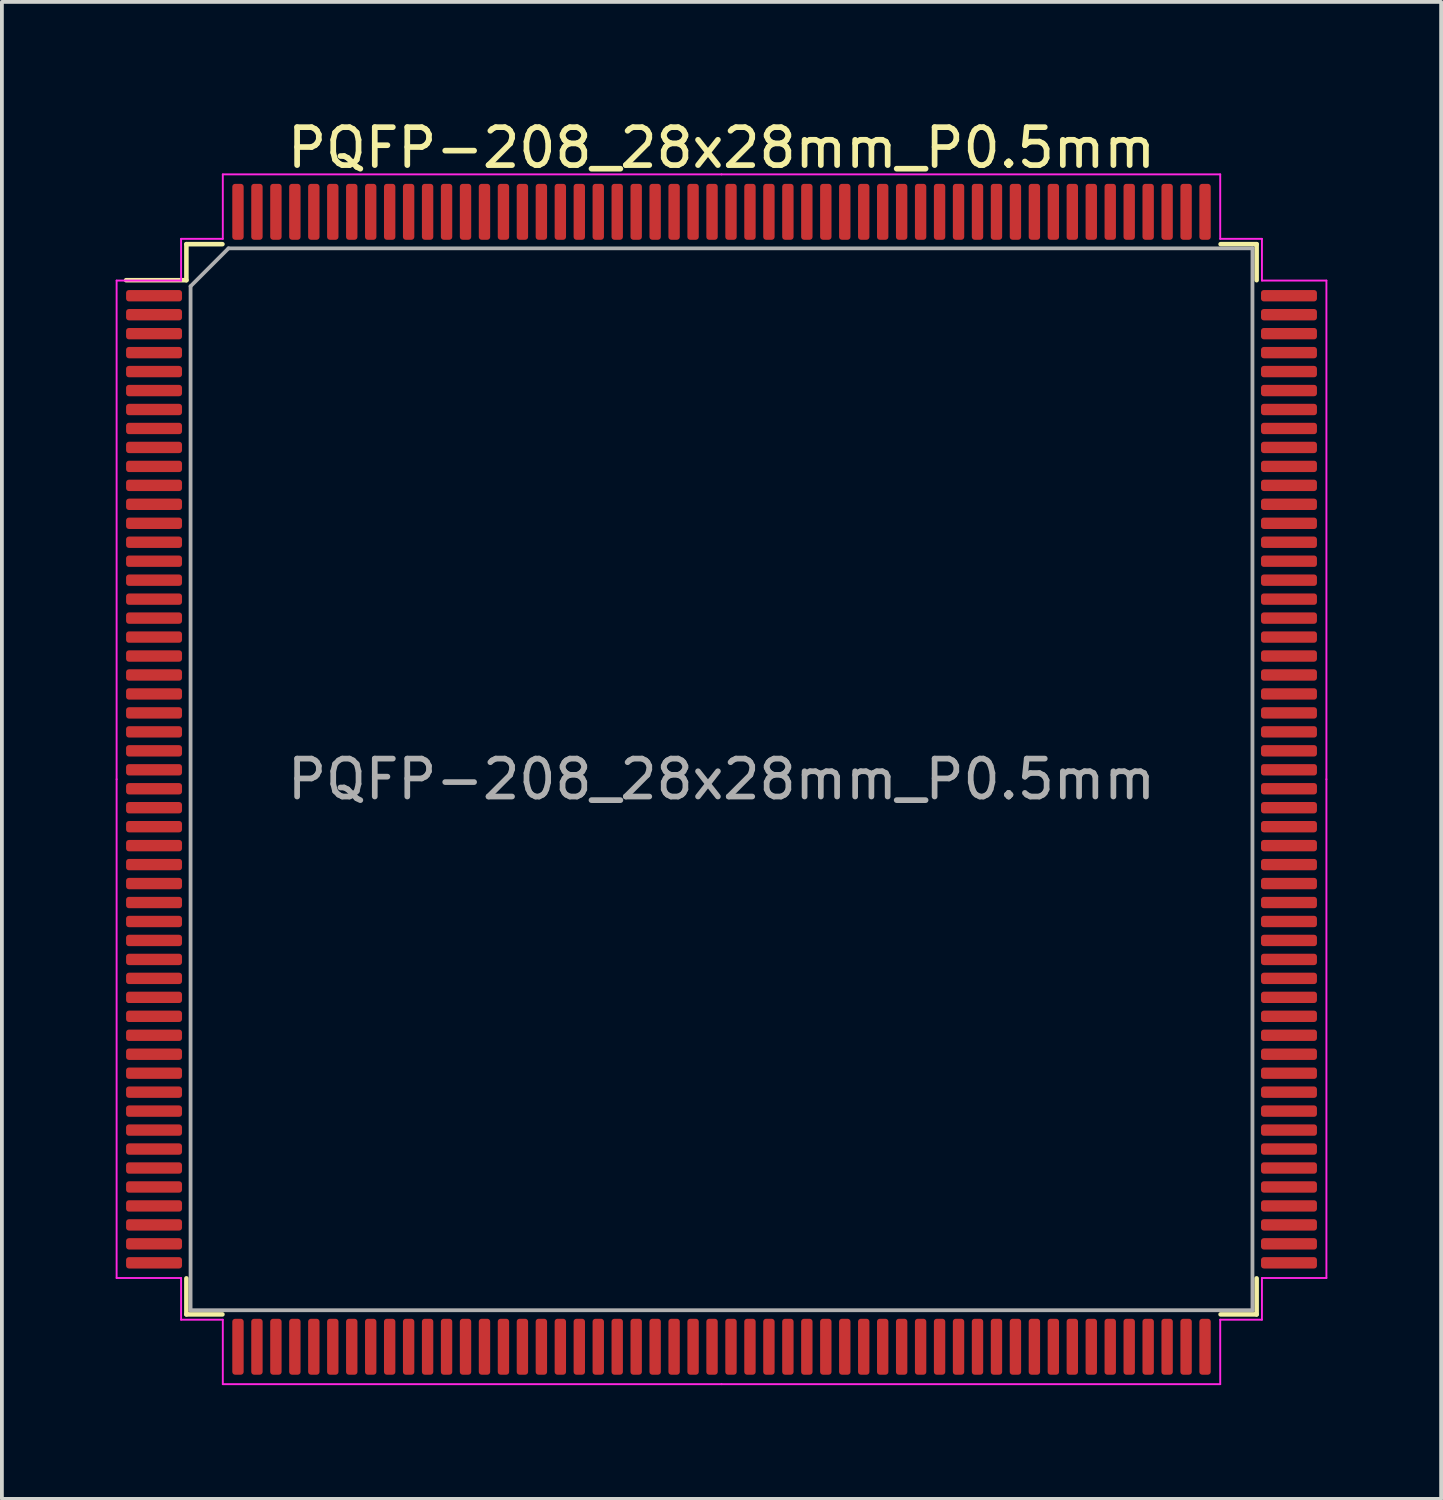
<source format=kicad_pcb>
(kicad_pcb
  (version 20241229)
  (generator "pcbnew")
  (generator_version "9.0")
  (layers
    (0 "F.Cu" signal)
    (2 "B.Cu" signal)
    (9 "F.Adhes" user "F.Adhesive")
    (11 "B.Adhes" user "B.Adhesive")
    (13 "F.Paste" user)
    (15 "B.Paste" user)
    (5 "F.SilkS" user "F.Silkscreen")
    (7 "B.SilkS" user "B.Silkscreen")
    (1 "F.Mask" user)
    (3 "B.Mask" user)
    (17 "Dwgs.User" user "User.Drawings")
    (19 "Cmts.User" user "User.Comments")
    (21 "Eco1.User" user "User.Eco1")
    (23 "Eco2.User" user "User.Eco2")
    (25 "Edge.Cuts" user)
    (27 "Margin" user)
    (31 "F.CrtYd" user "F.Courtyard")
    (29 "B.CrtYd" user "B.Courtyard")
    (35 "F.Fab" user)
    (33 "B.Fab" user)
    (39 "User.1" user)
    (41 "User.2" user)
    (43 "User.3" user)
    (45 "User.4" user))
  (footprint "PQFP-208_28x28mm_P0.5mm"
    (layer "F.Cu")
    (at 15.975 17.498)
    (property "Reference" "PQFP-208_28x28mm_P0.5mm" (at 0 -16.65 0) (layer "F.SilkS") (effects (font (size 1 1) (thickness 0.15))))
    (attr smd)
    (fp_line (start -14.11 -14.11) (end -14.11 -13.16) (stroke (width 0.12) (type solid)) (layer "F.SilkS"))
    (fp_line (start -14.11 -13.16) (end -15.7 -13.16) (stroke (width 0.12) (type solid)) (layer "F.SilkS"))
    (fp_line (start -14.11 14.11) (end -14.11 13.16) (stroke (width 0.12) (type solid)) (layer "F.SilkS"))
    (fp_line (start -13.16 -14.11) (end -14.11 -14.11) (stroke (width 0.12) (type solid)) (layer "F.SilkS"))
    (fp_line (start -13.16 14.11) (end -14.11 14.11) (stroke (width 0.12) (type solid)) (layer "F.SilkS"))
    (fp_line (start 13.16 -14.11) (end 14.11 -14.11) (stroke (width 0.12) (type solid)) (layer "F.SilkS"))
    (fp_line (start 13.16 14.11) (end 14.11 14.11) (stroke (width 0.12) (type solid)) (layer "F.SilkS"))
    (fp_line (start 14.11 -14.11) (end 14.11 -13.16) (stroke (width 0.12) (type solid)) (layer "F.SilkS"))
    (fp_line (start 14.11 14.11) (end 14.11 13.16) (stroke (width 0.12) (type solid)) (layer "F.SilkS"))
    (fp_line (start -15.95 -13.15) (end -15.95 0) (stroke (width 0.05) (type solid)) (layer "F.CrtYd"))
    (fp_line (start -15.95 13.15) (end -15.95 0) (stroke (width 0.05) (type solid)) (layer "F.CrtYd"))
    (fp_line (start -14.25 -14.25) (end -14.25 -13.15) (stroke (width 0.05) (type solid)) (layer "F.CrtYd"))
    (fp_line (start -14.25 -13.15) (end -15.95 -13.15) (stroke (width 0.05) (type solid)) (layer "F.CrtYd"))
    (fp_line (start -14.25 13.15) (end -15.95 13.15) (stroke (width 0.05) (type solid)) (layer "F.CrtYd"))
    (fp_line (start -14.25 14.25) (end -14.25 13.15) (stroke (width 0.05) (type solid)) (layer "F.CrtYd"))
    (fp_line (start -13.15 -15.95) (end -13.15 -14.25) (stroke (width 0.05) (type solid)) (layer "F.CrtYd"))
    (fp_line (start -13.15 -14.25) (end -14.25 -14.25) (stroke (width 0.05) (type solid)) (layer "F.CrtYd"))
    (fp_line (start -13.15 14.25) (end -14.25 14.25) (stroke (width 0.05) (type solid)) (layer "F.CrtYd"))
    (fp_line (start -13.15 15.95) (end -13.15 14.25) (stroke (width 0.05) (type solid)) (layer "F.CrtYd"))
    (fp_line (start 0 -15.95) (end -13.15 -15.95) (stroke (width 0.05) (type solid)) (layer "F.CrtYd"))
    (fp_line (start 0 -15.95) (end 13.15 -15.95) (stroke (width 0.05) (type solid)) (layer "F.CrtYd"))
    (fp_line (start 0 15.95) (end -13.15 15.95) (stroke (width 0.05) (type solid)) (layer "F.CrtYd"))
    (fp_line (start 0 15.95) (end 13.15 15.95) (stroke (width 0.05) (type solid)) (layer "F.CrtYd"))
    (fp_line (start 13.15 -15.95) (end 13.15 -14.25) (stroke (width 0.05) (type solid)) (layer "F.CrtYd"))
    (fp_line (start 13.15 -14.25) (end 14.25 -14.25) (stroke (width 0.05) (type solid)) (layer "F.CrtYd"))
    (fp_line (start 13.15 14.25) (end 14.25 14.25) (stroke (width 0.05) (type solid)) (layer "F.CrtYd"))
    (fp_line (start 13.15 15.95) (end 13.15 14.25) (stroke (width 0.05) (type solid)) (layer "F.CrtYd"))
    (fp_line (start 14.25 -14.25) (end 14.25 -13.15) (stroke (width 0.05) (type solid)) (layer "F.CrtYd"))
    (fp_line (start 14.25 -13.15) (end 15.95 -13.15) (stroke (width 0.05) (type solid)) (layer "F.CrtYd"))
    (fp_line (start 14.25 13.15) (end 15.95 13.15) (stroke (width 0.05) (type solid)) (layer "F.CrtYd"))
    (fp_line (start 14.25 14.25) (end 14.25 13.15) (stroke (width 0.05) (type solid)) (layer "F.CrtYd"))
    (fp_line (start 15.95 -13.15) (end 15.95 0) (stroke (width 0.05) (type solid)) (layer "F.CrtYd"))
    (fp_line (start 15.95 13.15) (end 15.95 0) (stroke (width 0.05) (type solid)) (layer "F.CrtYd"))
    (fp_line (start -14 -13) (end -13 -14) (stroke (width 0.1) (type solid)) (layer "F.Fab"))
    (fp_line (start -14 14) (end -14 -13) (stroke (width 0.1) (type solid)) (layer "F.Fab"))
    (fp_line (start -13 -14) (end 14 -14) (stroke (width 0.1) (type solid)) (layer "F.Fab"))
    (fp_line (start 14 -14) (end 14 14) (stroke (width 0.1) (type solid)) (layer "F.Fab"))
    (fp_line (start 14 14) (end -14 14) (stroke (width 0.1) (type solid)) (layer "F.Fab"))
    (fp_text user "${REFERENCE}" (at 0 0 0) (layer "F.Fab") (effects (font (size 1 1) (thickness 0.15))))
    (pad "1" smd roundrect (at -14.963 -12.75) (size 1.475 0.3) (layers "F.Cu" "F.Mask" "F.Paste") (roundrect_rratio 0.25))
    (pad "2" smd roundrect (at -14.963 -12.25) (size 1.475 0.3) (layers "F.Cu" "F.Mask" "F.Paste") (roundrect_rratio 0.25))
    (pad "3" smd roundrect (at -14.963 -11.75) (size 1.475 0.3) (layers "F.Cu" "F.Mask" "F.Paste") (roundrect_rratio 0.25))
    (pad "4" smd roundrect (at -14.963 -11.25) (size 1.475 0.3) (layers "F.Cu" "F.Mask" "F.Paste") (roundrect_rratio 0.25))
    (pad "5" smd roundrect (at -14.963 -10.75) (size 1.475 0.3) (layers "F.Cu" "F.Mask" "F.Paste") (roundrect_rratio 0.25))
    (pad "6" smd roundrect (at -14.963 -10.25) (size 1.475 0.3) (layers "F.Cu" "F.Mask" "F.Paste") (roundrect_rratio 0.25))
    (pad "7" smd roundrect (at -14.963 -9.75) (size 1.475 0.3) (layers "F.Cu" "F.Mask" "F.Paste") (roundrect_rratio 0.25))
    (pad "8" smd roundrect (at -14.963 -9.25) (size 1.475 0.3) (layers "F.Cu" "F.Mask" "F.Paste") (roundrect_rratio 0.25))
    (pad "9" smd roundrect (at -14.963 -8.75) (size 1.475 0.3) (layers "F.Cu" "F.Mask" "F.Paste") (roundrect_rratio 0.25))
    (pad "10" smd roundrect (at -14.963 -8.25) (size 1.475 0.3) (layers "F.Cu" "F.Mask" "F.Paste") (roundrect_rratio 0.25))
    (pad "11" smd roundrect (at -14.963 -7.75) (size 1.475 0.3) (layers "F.Cu" "F.Mask" "F.Paste") (roundrect_rratio 0.25))
    (pad "12" smd roundrect (at -14.963 -7.25) (size 1.475 0.3) (layers "F.Cu" "F.Mask" "F.Paste") (roundrect_rratio 0.25))
    (pad "13" smd roundrect (at -14.963 -6.75) (size 1.475 0.3) (layers "F.Cu" "F.Mask" "F.Paste") (roundrect_rratio 0.25))
    (pad "14" smd roundrect (at -14.963 -6.25) (size 1.475 0.3) (layers "F.Cu" "F.Mask" "F.Paste") (roundrect_rratio 0.25))
    (pad "15" smd roundrect (at -14.963 -5.75) (size 1.475 0.3) (layers "F.Cu" "F.Mask" "F.Paste") (roundrect_rratio 0.25))
    (pad "16" smd roundrect (at -14.963 -5.25) (size 1.475 0.3) (layers "F.Cu" "F.Mask" "F.Paste") (roundrect_rratio 0.25))
    (pad "17" smd roundrect (at -14.963 -4.75) (size 1.475 0.3) (layers "F.Cu" "F.Mask" "F.Paste") (roundrect_rratio 0.25))
    (pad "18" smd roundrect (at -14.963 -4.25) (size 1.475 0.3) (layers "F.Cu" "F.Mask" "F.Paste") (roundrect_rratio 0.25))
    (pad "19" smd roundrect (at -14.963 -3.75) (size 1.475 0.3) (layers "F.Cu" "F.Mask" "F.Paste") (roundrect_rratio 0.25))
    (pad "20" smd roundrect (at -14.963 -3.25) (size 1.475 0.3) (layers "F.Cu" "F.Mask" "F.Paste") (roundrect_rratio 0.25))
    (pad "21" smd roundrect (at -14.963 -2.75) (size 1.475 0.3) (layers "F.Cu" "F.Mask" "F.Paste") (roundrect_rratio 0.25))
    (pad "22" smd roundrect (at -14.963 -2.25) (size 1.475 0.3) (layers "F.Cu" "F.Mask" "F.Paste") (roundrect_rratio 0.25))
    (pad "23" smd roundrect (at -14.963 -1.75) (size 1.475 0.3) (layers "F.Cu" "F.Mask" "F.Paste") (roundrect_rratio 0.25))
    (pad "24" smd roundrect (at -14.963 -1.25) (size 1.475 0.3) (layers "F.Cu" "F.Mask" "F.Paste") (roundrect_rratio 0.25))
    (pad "25" smd roundrect (at -14.963 -0.75) (size 1.475 0.3) (layers "F.Cu" "F.Mask" "F.Paste") (roundrect_rratio 0.25))
    (pad "26" smd roundrect (at -14.963 -0.25) (size 1.475 0.3) (layers "F.Cu" "F.Mask" "F.Paste") (roundrect_rratio 0.25))
    (pad "27" smd roundrect (at -14.963 0.25) (size 1.475 0.3) (layers "F.Cu" "F.Mask" "F.Paste") (roundrect_rratio 0.25))
    (pad "28" smd roundrect (at -14.963 0.75) (size 1.475 0.3) (layers "F.Cu" "F.Mask" "F.Paste") (roundrect_rratio 0.25))
    (pad "29" smd roundrect (at -14.963 1.25) (size 1.475 0.3) (layers "F.Cu" "F.Mask" "F.Paste") (roundrect_rratio 0.25))
    (pad "30" smd roundrect (at -14.963 1.75) (size 1.475 0.3) (layers "F.Cu" "F.Mask" "F.Paste") (roundrect_rratio 0.25))
    (pad "31" smd roundrect (at -14.963 2.25) (size 1.475 0.3) (layers "F.Cu" "F.Mask" "F.Paste") (roundrect_rratio 0.25))
    (pad "32" smd roundrect (at -14.963 2.75) (size 1.475 0.3) (layers "F.Cu" "F.Mask" "F.Paste") (roundrect_rratio 0.25))
    (pad "33" smd roundrect (at -14.963 3.25) (size 1.475 0.3) (layers "F.Cu" "F.Mask" "F.Paste") (roundrect_rratio 0.25))
    (pad "34" smd roundrect (at -14.963 3.75) (size 1.475 0.3) (layers "F.Cu" "F.Mask" "F.Paste") (roundrect_rratio 0.25))
    (pad "35" smd roundrect (at -14.963 4.25) (size 1.475 0.3) (layers "F.Cu" "F.Mask" "F.Paste") (roundrect_rratio 0.25))
    (pad "36" smd roundrect (at -14.963 4.75) (size 1.475 0.3) (layers "F.Cu" "F.Mask" "F.Paste") (roundrect_rratio 0.25))
    (pad "37" smd roundrect (at -14.963 5.25) (size 1.475 0.3) (layers "F.Cu" "F.Mask" "F.Paste") (roundrect_rratio 0.25))
    (pad "38" smd roundrect (at -14.963 5.75) (size 1.475 0.3) (layers "F.Cu" "F.Mask" "F.Paste") (roundrect_rratio 0.25))
    (pad "39" smd roundrect (at -14.963 6.25) (size 1.475 0.3) (layers "F.Cu" "F.Mask" "F.Paste") (roundrect_rratio 0.25))
    (pad "40" smd roundrect (at -14.963 6.75) (size 1.475 0.3) (layers "F.Cu" "F.Mask" "F.Paste") (roundrect_rratio 0.25))
    (pad "41" smd roundrect (at -14.963 7.25) (size 1.475 0.3) (layers "F.Cu" "F.Mask" "F.Paste") (roundrect_rratio 0.25))
    (pad "42" smd roundrect (at -14.963 7.75) (size 1.475 0.3) (layers "F.Cu" "F.Mask" "F.Paste") (roundrect_rratio 0.25))
    (pad "43" smd roundrect (at -14.963 8.25) (size 1.475 0.3) (layers "F.Cu" "F.Mask" "F.Paste") (roundrect_rratio 0.25))
    (pad "44" smd roundrect (at -14.963 8.75) (size 1.475 0.3) (layers "F.Cu" "F.Mask" "F.Paste") (roundrect_rratio 0.25))
    (pad "45" smd roundrect (at -14.963 9.25) (size 1.475 0.3) (layers "F.Cu" "F.Mask" "F.Paste") (roundrect_rratio 0.25))
    (pad "46" smd roundrect (at -14.963 9.75) (size 1.475 0.3) (layers "F.Cu" "F.Mask" "F.Paste") (roundrect_rratio 0.25))
    (pad "47" smd roundrect (at -14.963 10.25) (size 1.475 0.3) (layers "F.Cu" "F.Mask" "F.Paste") (roundrect_rratio 0.25))
    (pad "48" smd roundrect (at -14.963 10.75) (size 1.475 0.3) (layers "F.Cu" "F.Mask" "F.Paste") (roundrect_rratio 0.25))
    (pad "49" smd roundrect (at -14.963 11.25) (size 1.475 0.3) (layers "F.Cu" "F.Mask" "F.Paste") (roundrect_rratio 0.25))
    (pad "50" smd roundrect (at -14.963 11.75) (size 1.475 0.3) (layers "F.Cu" "F.Mask" "F.Paste") (roundrect_rratio 0.25))
    (pad "51" smd roundrect (at -14.963 12.25) (size 1.475 0.3) (layers "F.Cu" "F.Mask" "F.Paste") (roundrect_rratio 0.25))
    (pad "52" smd roundrect (at -14.963 12.75) (size 1.475 0.3) (layers "F.Cu" "F.Mask" "F.Paste") (roundrect_rratio 0.25))
    (pad "53" smd roundrect (at -12.75 14.963) (size 0.3 1.475) (layers "F.Cu" "F.Mask" "F.Paste") (roundrect_rratio 0.25))
    (pad "54" smd roundrect (at -12.25 14.963) (size 0.3 1.475) (layers "F.Cu" "F.Mask" "F.Paste") (roundrect_rratio 0.25))
    (pad "55" smd roundrect (at -11.75 14.963) (size 0.3 1.475) (layers "F.Cu" "F.Mask" "F.Paste") (roundrect_rratio 0.25))
    (pad "56" smd roundrect (at -11.25 14.963) (size 0.3 1.475) (layers "F.Cu" "F.Mask" "F.Paste") (roundrect_rratio 0.25))
    (pad "57" smd roundrect (at -10.75 14.963) (size 0.3 1.475) (layers "F.Cu" "F.Mask" "F.Paste") (roundrect_rratio 0.25))
    (pad "58" smd roundrect (at -10.25 14.963) (size 0.3 1.475) (layers "F.Cu" "F.Mask" "F.Paste") (roundrect_rratio 0.25))
    (pad "59" smd roundrect (at -9.75 14.963) (size 0.3 1.475) (layers "F.Cu" "F.Mask" "F.Paste") (roundrect_rratio 0.25))
    (pad "60" smd roundrect (at -9.25 14.963) (size 0.3 1.475) (layers "F.Cu" "F.Mask" "F.Paste") (roundrect_rratio 0.25))
    (pad "61" smd roundrect (at -8.75 14.963) (size 0.3 1.475) (layers "F.Cu" "F.Mask" "F.Paste") (roundrect_rratio 0.25))
    (pad "62" smd roundrect (at -8.25 14.963) (size 0.3 1.475) (layers "F.Cu" "F.Mask" "F.Paste") (roundrect_rratio 0.25))
    (pad "63" smd roundrect (at -7.75 14.963) (size 0.3 1.475) (layers "F.Cu" "F.Mask" "F.Paste") (roundrect_rratio 0.25))
    (pad "64" smd roundrect (at -7.25 14.963) (size 0.3 1.475) (layers "F.Cu" "F.Mask" "F.Paste") (roundrect_rratio 0.25))
    (pad "65" smd roundrect (at -6.75 14.963) (size 0.3 1.475) (layers "F.Cu" "F.Mask" "F.Paste") (roundrect_rratio 0.25))
    (pad "66" smd roundrect (at -6.25 14.963) (size 0.3 1.475) (layers "F.Cu" "F.Mask" "F.Paste") (roundrect_rratio 0.25))
    (pad "67" smd roundrect (at -5.75 14.963) (size 0.3 1.475) (layers "F.Cu" "F.Mask" "F.Paste") (roundrect_rratio 0.25))
    (pad "68" smd roundrect (at -5.25 14.963) (size 0.3 1.475) (layers "F.Cu" "F.Mask" "F.Paste") (roundrect_rratio 0.25))
    (pad "69" smd roundrect (at -4.75 14.963) (size 0.3 1.475) (layers "F.Cu" "F.Mask" "F.Paste") (roundrect_rratio 0.25))
    (pad "70" smd roundrect (at -4.25 14.963) (size 0.3 1.475) (layers "F.Cu" "F.Mask" "F.Paste") (roundrect_rratio 0.25))
    (pad "71" smd roundrect (at -3.75 14.963) (size 0.3 1.475) (layers "F.Cu" "F.Mask" "F.Paste") (roundrect_rratio 0.25))
    (pad "72" smd roundrect (at -3.25 14.963) (size 0.3 1.475) (layers "F.Cu" "F.Mask" "F.Paste") (roundrect_rratio 0.25))
    (pad "73" smd roundrect (at -2.75 14.963) (size 0.3 1.475) (layers "F.Cu" "F.Mask" "F.Paste") (roundrect_rratio 0.25))
    (pad "74" smd roundrect (at -2.25 14.963) (size 0.3 1.475) (layers "F.Cu" "F.Mask" "F.Paste") (roundrect_rratio 0.25))
    (pad "75" smd roundrect (at -1.75 14.963) (size 0.3 1.475) (layers "F.Cu" "F.Mask" "F.Paste") (roundrect_rratio 0.25))
    (pad "76" smd roundrect (at -1.25 14.963) (size 0.3 1.475) (layers "F.Cu" "F.Mask" "F.Paste") (roundrect_rratio 0.25))
    (pad "77" smd roundrect (at -0.75 14.963) (size 0.3 1.475) (layers "F.Cu" "F.Mask" "F.Paste") (roundrect_rratio 0.25))
    (pad "78" smd roundrect (at -0.25 14.963) (size 0.3 1.475) (layers "F.Cu" "F.Mask" "F.Paste") (roundrect_rratio 0.25))
    (pad "79" smd roundrect (at 0.25 14.963) (size 0.3 1.475) (layers "F.Cu" "F.Mask" "F.Paste") (roundrect_rratio 0.25))
    (pad "80" smd roundrect (at 0.75 14.963) (size 0.3 1.475) (layers "F.Cu" "F.Mask" "F.Paste") (roundrect_rratio 0.25))
    (pad "81" smd roundrect (at 1.25 14.963) (size 0.3 1.475) (layers "F.Cu" "F.Mask" "F.Paste") (roundrect_rratio 0.25))
    (pad "82" smd roundrect (at 1.75 14.963) (size 0.3 1.475) (layers "F.Cu" "F.Mask" "F.Paste") (roundrect_rratio 0.25))
    (pad "83" smd roundrect (at 2.25 14.963) (size 0.3 1.475) (layers "F.Cu" "F.Mask" "F.Paste") (roundrect_rratio 0.25))
    (pad "84" smd roundrect (at 2.75 14.963) (size 0.3 1.475) (layers "F.Cu" "F.Mask" "F.Paste") (roundrect_rratio 0.25))
    (pad "85" smd roundrect (at 3.25 14.963) (size 0.3 1.475) (layers "F.Cu" "F.Mask" "F.Paste") (roundrect_rratio 0.25))
    (pad "86" smd roundrect (at 3.75 14.963) (size 0.3 1.475) (layers "F.Cu" "F.Mask" "F.Paste") (roundrect_rratio 0.25))
    (pad "87" smd roundrect (at 4.25 14.963) (size 0.3 1.475) (layers "F.Cu" "F.Mask" "F.Paste") (roundrect_rratio 0.25))
    (pad "88" smd roundrect (at 4.75 14.963) (size 0.3 1.475) (layers "F.Cu" "F.Mask" "F.Paste") (roundrect_rratio 0.25))
    (pad "89" smd roundrect (at 5.25 14.963) (size 0.3 1.475) (layers "F.Cu" "F.Mask" "F.Paste") (roundrect_rratio 0.25))
    (pad "90" smd roundrect (at 5.75 14.963) (size 0.3 1.475) (layers "F.Cu" "F.Mask" "F.Paste") (roundrect_rratio 0.25))
    (pad "91" smd roundrect (at 6.25 14.963) (size 0.3 1.475) (layers "F.Cu" "F.Mask" "F.Paste") (roundrect_rratio 0.25))
    (pad "92" smd roundrect (at 6.75 14.963) (size 0.3 1.475) (layers "F.Cu" "F.Mask" "F.Paste") (roundrect_rratio 0.25))
    (pad "93" smd roundrect (at 7.25 14.963) (size 0.3 1.475) (layers "F.Cu" "F.Mask" "F.Paste") (roundrect_rratio 0.25))
    (pad "94" smd roundrect (at 7.75 14.963) (size 0.3 1.475) (layers "F.Cu" "F.Mask" "F.Paste") (roundrect_rratio 0.25))
    (pad "95" smd roundrect (at 8.25 14.963) (size 0.3 1.475) (layers "F.Cu" "F.Mask" "F.Paste") (roundrect_rratio 0.25))
    (pad "96" smd roundrect (at 8.75 14.963) (size 0.3 1.475) (layers "F.Cu" "F.Mask" "F.Paste") (roundrect_rratio 0.25))
    (pad "97" smd roundrect (at 9.25 14.963) (size 0.3 1.475) (layers "F.Cu" "F.Mask" "F.Paste") (roundrect_rratio 0.25))
    (pad "98" smd roundrect (at 9.75 14.963) (size 0.3 1.475) (layers "F.Cu" "F.Mask" "F.Paste") (roundrect_rratio 0.25))
    (pad "99" smd roundrect (at 10.25 14.963) (size 0.3 1.475) (layers "F.Cu" "F.Mask" "F.Paste") (roundrect_rratio 0.25))
    (pad "100" smd roundrect (at 10.75 14.963) (size 0.3 1.475) (layers "F.Cu" "F.Mask" "F.Paste") (roundrect_rratio 0.25))
    (pad "101" smd roundrect (at 11.25 14.963) (size 0.3 1.475) (layers "F.Cu" "F.Mask" "F.Paste") (roundrect_rratio 0.25))
    (pad "102" smd roundrect (at 11.75 14.963) (size 0.3 1.475) (layers "F.Cu" "F.Mask" "F.Paste") (roundrect_rratio 0.25))
    (pad "103" smd roundrect (at 12.25 14.963) (size 0.3 1.475) (layers "F.Cu" "F.Mask" "F.Paste") (roundrect_rratio 0.25))
    (pad "104" smd roundrect (at 12.75 14.963) (size 0.3 1.475) (layers "F.Cu" "F.Mask" "F.Paste") (roundrect_rratio 0.25))
    (pad "105" smd roundrect (at 14.963 12.75) (size 1.475 0.3) (layers "F.Cu" "F.Mask" "F.Paste") (roundrect_rratio 0.25))
    (pad "106" smd roundrect (at 14.963 12.25) (size 1.475 0.3) (layers "F.Cu" "F.Mask" "F.Paste") (roundrect_rratio 0.25))
    (pad "107" smd roundrect (at 14.963 11.75) (size 1.475 0.3) (layers "F.Cu" "F.Mask" "F.Paste") (roundrect_rratio 0.25))
    (pad "108" smd roundrect (at 14.963 11.25) (size 1.475 0.3) (layers "F.Cu" "F.Mask" "F.Paste") (roundrect_rratio 0.25))
    (pad "109" smd roundrect (at 14.963 10.75) (size 1.475 0.3) (layers "F.Cu" "F.Mask" "F.Paste") (roundrect_rratio 0.25))
    (pad "110" smd roundrect (at 14.963 10.25) (size 1.475 0.3) (layers "F.Cu" "F.Mask" "F.Paste") (roundrect_rratio 0.25))
    (pad "111" smd roundrect (at 14.963 9.75) (size 1.475 0.3) (layers "F.Cu" "F.Mask" "F.Paste") (roundrect_rratio 0.25))
    (pad "112" smd roundrect (at 14.963 9.25) (size 1.475 0.3) (layers "F.Cu" "F.Mask" "F.Paste") (roundrect_rratio 0.25))
    (pad "113" smd roundrect (at 14.963 8.75) (size 1.475 0.3) (layers "F.Cu" "F.Mask" "F.Paste") (roundrect_rratio 0.25))
    (pad "114" smd roundrect (at 14.963 8.25) (size 1.475 0.3) (layers "F.Cu" "F.Mask" "F.Paste") (roundrect_rratio 0.25))
    (pad "115" smd roundrect (at 14.963 7.75) (size 1.475 0.3) (layers "F.Cu" "F.Mask" "F.Paste") (roundrect_rratio 0.25))
    (pad "116" smd roundrect (at 14.963 7.25) (size 1.475 0.3) (layers "F.Cu" "F.Mask" "F.Paste") (roundrect_rratio 0.25))
    (pad "117" smd roundrect (at 14.963 6.75) (size 1.475 0.3) (layers "F.Cu" "F.Mask" "F.Paste") (roundrect_rratio 0.25))
    (pad "118" smd roundrect (at 14.963 6.25) (size 1.475 0.3) (layers "F.Cu" "F.Mask" "F.Paste") (roundrect_rratio 0.25))
    (pad "119" smd roundrect (at 14.963 5.75) (size 1.475 0.3) (layers "F.Cu" "F.Mask" "F.Paste") (roundrect_rratio 0.25))
    (pad "120" smd roundrect (at 14.963 5.25) (size 1.475 0.3) (layers "F.Cu" "F.Mask" "F.Paste") (roundrect_rratio 0.25))
    (pad "121" smd roundrect (at 14.963 4.75) (size 1.475 0.3) (layers "F.Cu" "F.Mask" "F.Paste") (roundrect_rratio 0.25))
    (pad "122" smd roundrect (at 14.963 4.25) (size 1.475 0.3) (layers "F.Cu" "F.Mask" "F.Paste") (roundrect_rratio 0.25))
    (pad "123" smd roundrect (at 14.963 3.75) (size 1.475 0.3) (layers "F.Cu" "F.Mask" "F.Paste") (roundrect_rratio 0.25))
    (pad "124" smd roundrect (at 14.963 3.25) (size 1.475 0.3) (layers "F.Cu" "F.Mask" "F.Paste") (roundrect_rratio 0.25))
    (pad "125" smd roundrect (at 14.963 2.75) (size 1.475 0.3) (layers "F.Cu" "F.Mask" "F.Paste") (roundrect_rratio 0.25))
    (pad "126" smd roundrect (at 14.963 2.25) (size 1.475 0.3) (layers "F.Cu" "F.Mask" "F.Paste") (roundrect_rratio 0.25))
    (pad "127" smd roundrect (at 14.963 1.75) (size 1.475 0.3) (layers "F.Cu" "F.Mask" "F.Paste") (roundrect_rratio 0.25))
    (pad "128" smd roundrect (at 14.963 1.25) (size 1.475 0.3) (layers "F.Cu" "F.Mask" "F.Paste") (roundrect_rratio 0.25))
    (pad "129" smd roundrect (at 14.963 0.75) (size 1.475 0.3) (layers "F.Cu" "F.Mask" "F.Paste") (roundrect_rratio 0.25))
    (pad "130" smd roundrect (at 14.963 0.25) (size 1.475 0.3) (layers "F.Cu" "F.Mask" "F.Paste") (roundrect_rratio 0.25))
    (pad "131" smd roundrect (at 14.963 -0.25) (size 1.475 0.3) (layers "F.Cu" "F.Mask" "F.Paste") (roundrect_rratio 0.25))
    (pad "132" smd roundrect (at 14.963 -0.75) (size 1.475 0.3) (layers "F.Cu" "F.Mask" "F.Paste") (roundrect_rratio 0.25))
    (pad "133" smd roundrect (at 14.963 -1.25) (size 1.475 0.3) (layers "F.Cu" "F.Mask" "F.Paste") (roundrect_rratio 0.25))
    (pad "134" smd roundrect (at 14.963 -1.75) (size 1.475 0.3) (layers "F.Cu" "F.Mask" "F.Paste") (roundrect_rratio 0.25))
    (pad "135" smd roundrect (at 14.963 -2.25) (size 1.475 0.3) (layers "F.Cu" "F.Mask" "F.Paste") (roundrect_rratio 0.25))
    (pad "136" smd roundrect (at 14.963 -2.75) (size 1.475 0.3) (layers "F.Cu" "F.Mask" "F.Paste") (roundrect_rratio 0.25))
    (pad "137" smd roundrect (at 14.963 -3.25) (size 1.475 0.3) (layers "F.Cu" "F.Mask" "F.Paste") (roundrect_rratio 0.25))
    (pad "138" smd roundrect (at 14.963 -3.75) (size 1.475 0.3) (layers "F.Cu" "F.Mask" "F.Paste") (roundrect_rratio 0.25))
    (pad "139" smd roundrect (at 14.963 -4.25) (size 1.475 0.3) (layers "F.Cu" "F.Mask" "F.Paste") (roundrect_rratio 0.25))
    (pad "140" smd roundrect (at 14.963 -4.75) (size 1.475 0.3) (layers "F.Cu" "F.Mask" "F.Paste") (roundrect_rratio 0.25))
    (pad "141" smd roundrect (at 14.963 -5.25) (size 1.475 0.3) (layers "F.Cu" "F.Mask" "F.Paste") (roundrect_rratio 0.25))
    (pad "142" smd roundrect (at 14.963 -5.75) (size 1.475 0.3) (layers "F.Cu" "F.Mask" "F.Paste") (roundrect_rratio 0.25))
    (pad "143" smd roundrect (at 14.963 -6.25) (size 1.475 0.3) (layers "F.Cu" "F.Mask" "F.Paste") (roundrect_rratio 0.25))
    (pad "144" smd roundrect (at 14.963 -6.75) (size 1.475 0.3) (layers "F.Cu" "F.Mask" "F.Paste") (roundrect_rratio 0.25))
    (pad "145" smd roundrect (at 14.963 -7.25) (size 1.475 0.3) (layers "F.Cu" "F.Mask" "F.Paste") (roundrect_rratio 0.25))
    (pad "146" smd roundrect (at 14.963 -7.75) (size 1.475 0.3) (layers "F.Cu" "F.Mask" "F.Paste") (roundrect_rratio 0.25))
    (pad "147" smd roundrect (at 14.963 -8.25) (size 1.475 0.3) (layers "F.Cu" "F.Mask" "F.Paste") (roundrect_rratio 0.25))
    (pad "148" smd roundrect (at 14.963 -8.75) (size 1.475 0.3) (layers "F.Cu" "F.Mask" "F.Paste") (roundrect_rratio 0.25))
    (pad "149" smd roundrect (at 14.963 -9.25) (size 1.475 0.3) (layers "F.Cu" "F.Mask" "F.Paste") (roundrect_rratio 0.25))
    (pad "150" smd roundrect (at 14.963 -9.75) (size 1.475 0.3) (layers "F.Cu" "F.Mask" "F.Paste") (roundrect_rratio 0.25))
    (pad "151" smd roundrect (at 14.963 -10.25) (size 1.475 0.3) (layers "F.Cu" "F.Mask" "F.Paste") (roundrect_rratio 0.25))
    (pad "152" smd roundrect (at 14.963 -10.75) (size 1.475 0.3) (layers "F.Cu" "F.Mask" "F.Paste") (roundrect_rratio 0.25))
    (pad "153" smd roundrect (at 14.963 -11.25) (size 1.475 0.3) (layers "F.Cu" "F.Mask" "F.Paste") (roundrect_rratio 0.25))
    (pad "154" smd roundrect (at 14.963 -11.75) (size 1.475 0.3) (layers "F.Cu" "F.Mask" "F.Paste") (roundrect_rratio 0.25))
    (pad "155" smd roundrect (at 14.963 -12.25) (size 1.475 0.3) (layers "F.Cu" "F.Mask" "F.Paste") (roundrect_rratio 0.25))
    (pad "156" smd roundrect (at 14.963 -12.75) (size 1.475 0.3) (layers "F.Cu" "F.Mask" "F.Paste") (roundrect_rratio 0.25))
    (pad "157" smd roundrect (at 12.75 -14.963) (size 0.3 1.475) (layers "F.Cu" "F.Mask" "F.Paste") (roundrect_rratio 0.25))
    (pad "158" smd roundrect (at 12.25 -14.963) (size 0.3 1.475) (layers "F.Cu" "F.Mask" "F.Paste") (roundrect_rratio 0.25))
    (pad "159" smd roundrect (at 11.75 -14.963) (size 0.3 1.475) (layers "F.Cu" "F.Mask" "F.Paste") (roundrect_rratio 0.25))
    (pad "160" smd roundrect (at 11.25 -14.963) (size 0.3 1.475) (layers "F.Cu" "F.Mask" "F.Paste") (roundrect_rratio 0.25))
    (pad "161" smd roundrect (at 10.75 -14.963) (size 0.3 1.475) (layers "F.Cu" "F.Mask" "F.Paste") (roundrect_rratio 0.25))
    (pad "162" smd roundrect (at 10.25 -14.963) (size 0.3 1.475) (layers "F.Cu" "F.Mask" "F.Paste") (roundrect_rratio 0.25))
    (pad "163" smd roundrect (at 9.75 -14.963) (size 0.3 1.475) (layers "F.Cu" "F.Mask" "F.Paste") (roundrect_rratio 0.25))
    (pad "164" smd roundrect (at 9.25 -14.963) (size 0.3 1.475) (layers "F.Cu" "F.Mask" "F.Paste") (roundrect_rratio 0.25))
    (pad "165" smd roundrect (at 8.75 -14.963) (size 0.3 1.475) (layers "F.Cu" "F.Mask" "F.Paste") (roundrect_rratio 0.25))
    (pad "166" smd roundrect (at 8.25 -14.963) (size 0.3 1.475) (layers "F.Cu" "F.Mask" "F.Paste") (roundrect_rratio 0.25))
    (pad "167" smd roundrect (at 7.75 -14.963) (size 0.3 1.475) (layers "F.Cu" "F.Mask" "F.Paste") (roundrect_rratio 0.25))
    (pad "168" smd roundrect (at 7.25 -14.963) (size 0.3 1.475) (layers "F.Cu" "F.Mask" "F.Paste") (roundrect_rratio 0.25))
    (pad "169" smd roundrect (at 6.75 -14.963) (size 0.3 1.475) (layers "F.Cu" "F.Mask" "F.Paste") (roundrect_rratio 0.25))
    (pad "170" smd roundrect (at 6.25 -14.963) (size 0.3 1.475) (layers "F.Cu" "F.Mask" "F.Paste") (roundrect_rratio 0.25))
    (pad "171" smd roundrect (at 5.75 -14.963) (size 0.3 1.475) (layers "F.Cu" "F.Mask" "F.Paste") (roundrect_rratio 0.25))
    (pad "172" smd roundrect (at 5.25 -14.963) (size 0.3 1.475) (layers "F.Cu" "F.Mask" "F.Paste") (roundrect_rratio 0.25))
    (pad "173" smd roundrect (at 4.75 -14.963) (size 0.3 1.475) (layers "F.Cu" "F.Mask" "F.Paste") (roundrect_rratio 0.25))
    (pad "174" smd roundrect (at 4.25 -14.963) (size 0.3 1.475) (layers "F.Cu" "F.Mask" "F.Paste") (roundrect_rratio 0.25))
    (pad "175" smd roundrect (at 3.75 -14.963) (size 0.3 1.475) (layers "F.Cu" "F.Mask" "F.Paste") (roundrect_rratio 0.25))
    (pad "176" smd roundrect (at 3.25 -14.963) (size 0.3 1.475) (layers "F.Cu" "F.Mask" "F.Paste") (roundrect_rratio 0.25))
    (pad "177" smd roundrect (at 2.75 -14.963) (size 0.3 1.475) (layers "F.Cu" "F.Mask" "F.Paste") (roundrect_rratio 0.25))
    (pad "178" smd roundrect (at 2.25 -14.963) (size 0.3 1.475) (layers "F.Cu" "F.Mask" "F.Paste") (roundrect_rratio 0.25))
    (pad "179" smd roundrect (at 1.75 -14.963) (size 0.3 1.475) (layers "F.Cu" "F.Mask" "F.Paste") (roundrect_rratio 0.25))
    (pad "180" smd roundrect (at 1.25 -14.963) (size 0.3 1.475) (layers "F.Cu" "F.Mask" "F.Paste") (roundrect_rratio 0.25))
    (pad "181" smd roundrect (at 0.75 -14.963) (size 0.3 1.475) (layers "F.Cu" "F.Mask" "F.Paste") (roundrect_rratio 0.25))
    (pad "182" smd roundrect (at 0.25 -14.963) (size 0.3 1.475) (layers "F.Cu" "F.Mask" "F.Paste") (roundrect_rratio 0.25))
    (pad "183" smd roundrect (at -0.25 -14.963) (size 0.3 1.475) (layers "F.Cu" "F.Mask" "F.Paste") (roundrect_rratio 0.25))
    (pad "184" smd roundrect (at -0.75 -14.963) (size 0.3 1.475) (layers "F.Cu" "F.Mask" "F.Paste") (roundrect_rratio 0.25))
    (pad "185" smd roundrect (at -1.25 -14.963) (size 0.3 1.475) (layers "F.Cu" "F.Mask" "F.Paste") (roundrect_rratio 0.25))
    (pad "186" smd roundrect (at -1.75 -14.963) (size 0.3 1.475) (layers "F.Cu" "F.Mask" "F.Paste") (roundrect_rratio 0.25))
    (pad "187" smd roundrect (at -2.25 -14.963) (size 0.3 1.475) (layers "F.Cu" "F.Mask" "F.Paste") (roundrect_rratio 0.25))
    (pad "188" smd roundrect (at -2.75 -14.963) (size 0.3 1.475) (layers "F.Cu" "F.Mask" "F.Paste") (roundrect_rratio 0.25))
    (pad "189" smd roundrect (at -3.25 -14.963) (size 0.3 1.475) (layers "F.Cu" "F.Mask" "F.Paste") (roundrect_rratio 0.25))
    (pad "190" smd roundrect (at -3.75 -14.963) (size 0.3 1.475) (layers "F.Cu" "F.Mask" "F.Paste") (roundrect_rratio 0.25))
    (pad "191" smd roundrect (at -4.25 -14.963) (size 0.3 1.475) (layers "F.Cu" "F.Mask" "F.Paste") (roundrect_rratio 0.25))
    (pad "192" smd roundrect (at -4.75 -14.963) (size 0.3 1.475) (layers "F.Cu" "F.Mask" "F.Paste") (roundrect_rratio 0.25))
    (pad "193" smd roundrect (at -5.25 -14.963) (size 0.3 1.475) (layers "F.Cu" "F.Mask" "F.Paste") (roundrect_rratio 0.25))
    (pad "194" smd roundrect (at -5.75 -14.963) (size 0.3 1.475) (layers "F.Cu" "F.Mask" "F.Paste") (roundrect_rratio 0.25))
    (pad "195" smd roundrect (at -6.25 -14.963) (size 0.3 1.475) (layers "F.Cu" "F.Mask" "F.Paste") (roundrect_rratio 0.25))
    (pad "196" smd roundrect (at -6.75 -14.963) (size 0.3 1.475) (layers "F.Cu" "F.Mask" "F.Paste") (roundrect_rratio 0.25))
    (pad "197" smd roundrect (at -7.25 -14.963) (size 0.3 1.475) (layers "F.Cu" "F.Mask" "F.Paste") (roundrect_rratio 0.25))
    (pad "198" smd roundrect (at -7.75 -14.963) (size 0.3 1.475) (layers "F.Cu" "F.Mask" "F.Paste") (roundrect_rratio 0.25))
    (pad "199" smd roundrect (at -8.25 -14.963) (size 0.3 1.475) (layers "F.Cu" "F.Mask" "F.Paste") (roundrect_rratio 0.25))
    (pad "200" smd roundrect (at -8.75 -14.963) (size 0.3 1.475) (layers "F.Cu" "F.Mask" "F.Paste") (roundrect_rratio 0.25))
    (pad "201" smd roundrect (at -9.25 -14.963) (size 0.3 1.475) (layers "F.Cu" "F.Mask" "F.Paste") (roundrect_rratio 0.25))
    (pad "202" smd roundrect (at -9.75 -14.963) (size 0.3 1.475) (layers "F.Cu" "F.Mask" "F.Paste") (roundrect_rratio 0.25))
    (pad "203" smd roundrect (at -10.25 -14.963) (size 0.3 1.475) (layers "F.Cu" "F.Mask" "F.Paste") (roundrect_rratio 0.25))
    (pad "204" smd roundrect (at -10.75 -14.963) (size 0.3 1.475) (layers "F.Cu" "F.Mask" "F.Paste") (roundrect_rratio 0.25))
    (pad "205" smd roundrect (at -11.25 -14.963) (size 0.3 1.475) (layers "F.Cu" "F.Mask" "F.Paste") (roundrect_rratio 0.25))
    (pad "206" smd roundrect (at -11.75 -14.963) (size 0.3 1.475) (layers "F.Cu" "F.Mask" "F.Paste") (roundrect_rratio 0.25))
    (pad "207" smd roundrect (at -12.25 -14.963) (size 0.3 1.475) (layers "F.Cu" "F.Mask" "F.Paste") (roundrect_rratio 0.25))
    (pad "208" smd roundrect (at -12.75 -14.963) (size 0.3 1.475) (layers "F.Cu" "F.Mask" "F.Paste") (roundrect_rratio 0.25)))
  (gr_rect
    (start -3 -3)
    (end 34.95 36.473)
    (stroke (width 0.1) (type default))
    (fill no)
    (layer "Edge.Cuts")))
</source>
